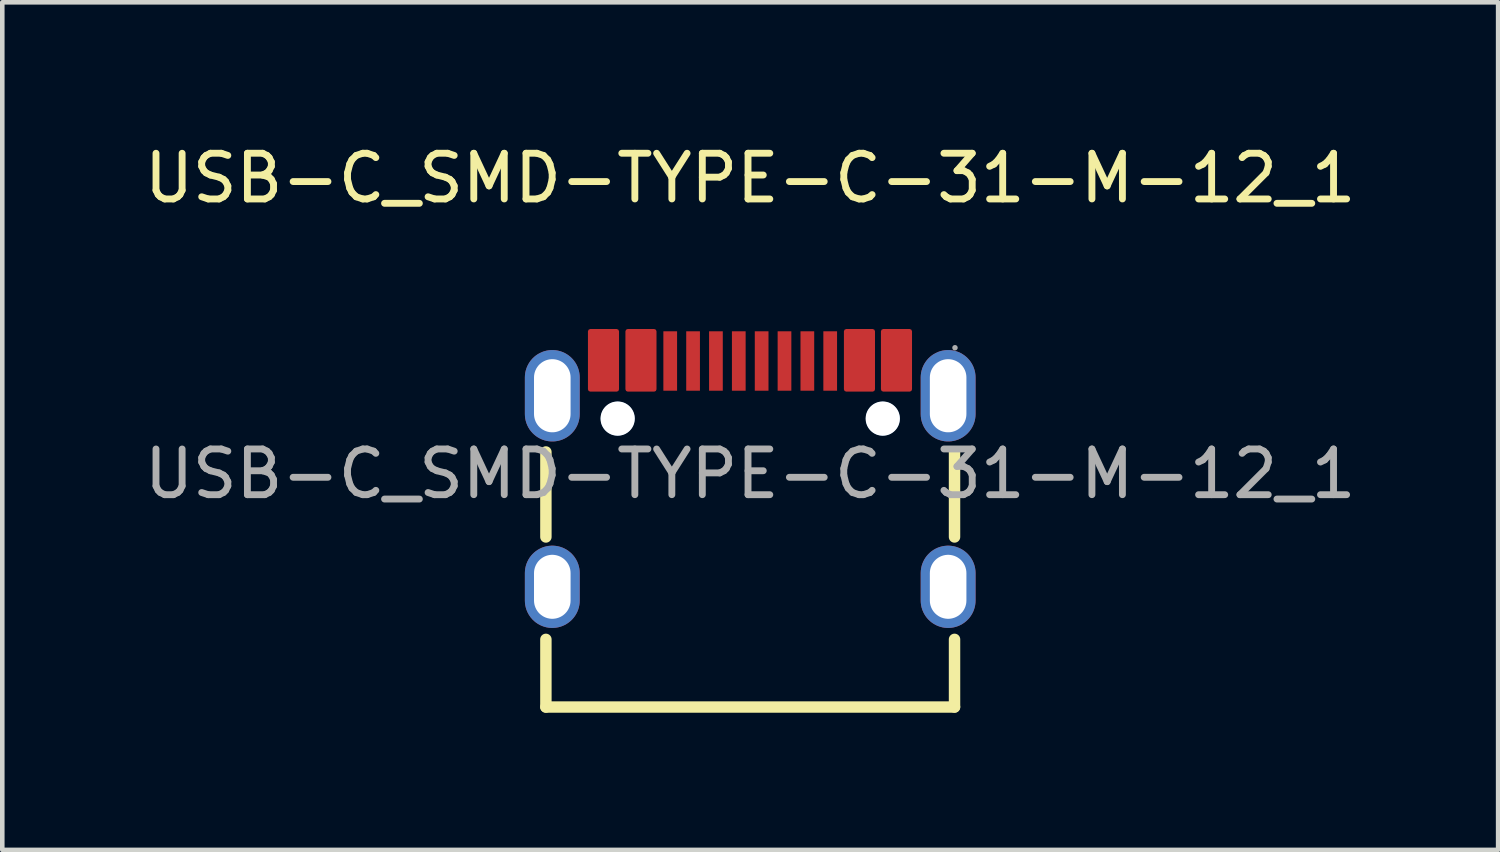
<source format=kicad_pcb>
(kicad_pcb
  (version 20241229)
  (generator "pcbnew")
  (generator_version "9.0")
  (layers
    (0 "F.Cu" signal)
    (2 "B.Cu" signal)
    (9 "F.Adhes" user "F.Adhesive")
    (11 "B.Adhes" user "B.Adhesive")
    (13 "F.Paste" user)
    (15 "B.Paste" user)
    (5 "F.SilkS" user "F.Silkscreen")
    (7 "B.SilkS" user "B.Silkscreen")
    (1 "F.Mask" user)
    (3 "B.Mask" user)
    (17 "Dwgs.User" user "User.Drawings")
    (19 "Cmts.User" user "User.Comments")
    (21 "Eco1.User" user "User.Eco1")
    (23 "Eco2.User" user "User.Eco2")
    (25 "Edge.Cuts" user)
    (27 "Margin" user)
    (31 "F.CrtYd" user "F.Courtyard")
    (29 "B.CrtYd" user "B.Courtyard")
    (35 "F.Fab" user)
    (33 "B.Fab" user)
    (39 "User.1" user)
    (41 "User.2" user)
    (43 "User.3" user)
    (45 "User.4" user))
  (footprint "USB-C_SMD-TYPE-C-31-M-12_1"
    (layer "F.Cu")
    (at 13.363 7.318)
    (property "Reference" "USB-C_SMD-TYPE-C-31-M-12_1" (at 0 -6.47 180) (layer "F.SilkS") (effects (font (size 1 1) (thickness 0.15))))
    (attr smd)
    (fp_line (start -4.47 1.38) (end -4.47 -0.48) (stroke (width 0.25) (type solid)) (layer "F.SilkS"))
    (fp_line (start -4.47 5.1) (end -4.47 3.62) (stroke (width 0.25) (type solid)) (layer "F.SilkS"))
    (fp_line (start 4.47 1.38) (end 4.47 -0.48) (stroke (width 0.25) (type solid)) (layer "F.SilkS"))
    (fp_line (start 4.47 5.1) (end -4.47 5.1) (stroke (width 0.25) (type solid)) (layer "F.SilkS"))
    (fp_line (start 4.47 5.1) (end 4.47 3.62) (stroke (width 0.25) (type solid)) (layer "F.SilkS"))
    (fp_circle (center -2.9 -1.21) (end -2.78 -1.21) (stroke (width 0.25) (type solid)) (fill no) (layer "Cmts.User"))
    (fp_circle (center 2.9 -1.21) (end 3.02 -1.21) (stroke (width 0.25) (type solid)) (fill no) (layer "Cmts.User"))
    (fp_circle (center 4.48 -2.76) (end 4.51 -2.76) (stroke (width 0.06) (type solid)) (fill no) (layer "F.Fab"))
    (fp_text user "${REFERENCE}" (at 0 0 180) (layer "F.Fab") (effects (font (size 1 1) (thickness 0.15))))
    (pad "" np_thru_hole circle (at -2.9 -1.21) (size 0.75 0.75) (drill 0.75) (layers "*.Cu" "*.Mask"))
    (pad "" np_thru_hole circle (at 2.9 -1.21) (size 0.75 0.75) (drill 0.75) (layers "*.Cu" "*.Mask"))
    (pad "1" thru_hole oval (at 4.33 -1.71) (size 1.2 2) (drill oval 0.8 1.6) (layers "*.Cu" "*.Mask"))
    (pad "2" thru_hole oval (at 4.33 2.47) (size 1.2 1.8) (drill oval 0.8 1.4) (layers "*.Cu" "*.Mask"))
    (pad "3" thru_hole oval (at -4.33 2.47) (size 1.2 1.8) (drill oval 0.8 1.4) (layers "*.Cu" "*.Mask"))
    (pad "4" thru_hole oval (at -4.33 -1.71) (size 1.2 2) (drill oval 0.8 1.6) (layers "*.Cu" "*.Mask"))
    (pad "A1B12" smd custom (at -3.2 -2.47) (size 0.01 0.01) (layers "F.Cu" "F.Mask" "F.Paste") (options (anchor circle)) (primitives (gr_poly (pts (xy 0.28 0.62) (xy 0.28 -0.65) (xy 0 -0.65) (xy -0.3 -0.65) (xy -0.3 0.62) (xy -0.01 0.62) (xy 0.28 0.62)) (width 0.1) (fill yes))))
    (pad "A4B9" smd custom (at -2.4 -2.47) (size 0.01 0.01) (layers "F.Cu" "F.Mask" "F.Paste") (options (anchor circle)) (primitives (gr_poly (pts (xy 0.3 0.62) (xy 0.3 -0.65) (xy 0 -0.65) (xy -0.28 -0.65) (xy -0.28 0.62) (xy 0 0.62) (xy 0.3 0.62)) (width 0.1) (fill yes))))
    (pad "A5" smd rect (at -1.25 -2.47) (size 0.3 1.3) (layers "F.Cu" "F.Mask" "F.Paste"))
    (pad "A6" smd rect (at -0.25 -2.47) (size 0.3 1.3) (layers "F.Cu" "F.Mask" "F.Paste"))
    (pad "A7" smd rect (at 0.25 -2.47) (size 0.3 1.3) (layers "F.Cu" "F.Mask" "F.Paste"))
    (pad "A8" smd rect (at 1.25 -2.47) (size 0.3 1.3) (layers "F.Cu" "F.Mask" "F.Paste"))
    (pad "B1A12" smd custom (at 3.2 -2.47) (size 0.01 0.01) (layers "F.Cu" "F.Mask" "F.Paste") (options (anchor circle)) (primitives (gr_poly (pts (xy -0.29 -0.65) (xy -0.29 0.62) (xy -0.01 0.62) (xy 0 0.62) (xy 0.29 0.62) (xy 0.29 -0.65) (xy 0 -0.65) (xy -0.01 -0.65) (xy -0.18 -0.65)) (width 0.1) (fill yes))))
    (pad "B4A9" smd custom (at 2.4 -2.47) (size 0.01 0.01) (layers "F.Cu" "F.Mask" "F.Paste") (options (anchor circle)) (primitives (gr_poly (pts (xy 0.28 0.57) (xy 0.28 -0.65) (xy 0 -0.65) (xy -0.3 -0.65) (xy -0.3 0.62) (xy 0 0.62) (xy 0.28 0.62)) (width 0.1) (fill yes))))
    (pad "B5" smd rect (at 1.75 -2.47) (size 0.3 1.3) (layers "F.Cu" "F.Mask" "F.Paste"))
    (pad "B6" smd rect (at 0.75 -2.47) (size 0.3 1.3) (layers "F.Cu" "F.Mask" "F.Paste"))
    (pad "B7" smd rect (at -0.75 -2.47) (size 0.3 1.3) (layers "F.Cu" "F.Mask" "F.Paste"))
    (pad "B8" smd rect (at -1.75 -2.47) (size 0.3 1.3) (layers "F.Cu" "F.Mask" "F.Paste")))
  (gr_rect
    (start -3 -3)
    (end 29.726 15.543)
    (stroke (width 0.1) (type default))
    (fill no)
    (layer "Edge.Cuts")))
</source>
